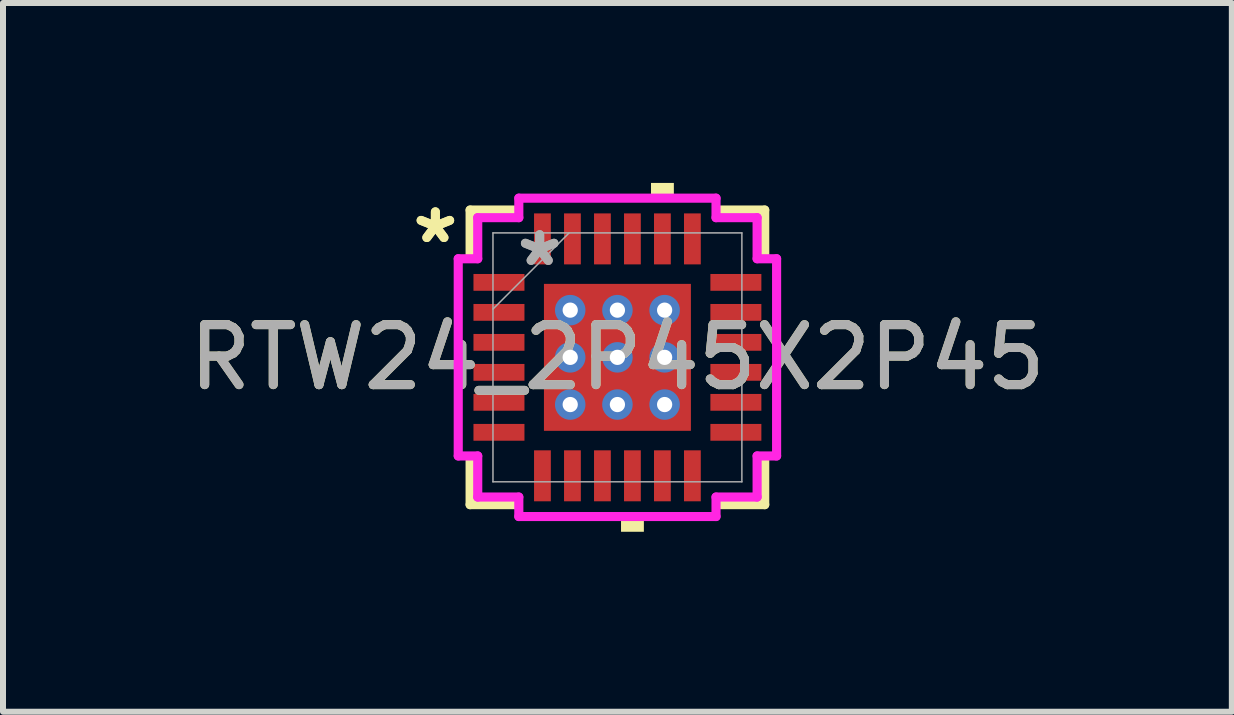
<source format=kicad_pcb>
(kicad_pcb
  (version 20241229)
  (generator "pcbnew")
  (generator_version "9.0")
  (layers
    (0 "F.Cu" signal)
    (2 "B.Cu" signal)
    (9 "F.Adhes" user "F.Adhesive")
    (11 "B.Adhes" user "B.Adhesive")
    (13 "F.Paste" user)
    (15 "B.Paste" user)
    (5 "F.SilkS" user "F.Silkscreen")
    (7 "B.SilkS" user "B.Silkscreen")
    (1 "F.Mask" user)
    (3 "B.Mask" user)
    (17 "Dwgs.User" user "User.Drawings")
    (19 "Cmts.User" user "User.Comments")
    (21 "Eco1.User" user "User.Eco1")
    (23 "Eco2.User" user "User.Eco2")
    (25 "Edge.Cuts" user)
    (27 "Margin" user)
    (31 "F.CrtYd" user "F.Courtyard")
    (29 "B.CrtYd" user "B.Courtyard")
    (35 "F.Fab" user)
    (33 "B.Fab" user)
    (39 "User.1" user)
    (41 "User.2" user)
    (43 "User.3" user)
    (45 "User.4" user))
  (footprint "RTW24_2P45X2P45"
    (layer "F.Cu")
    (at 7.244 2.908)
    (property "Reference" "RTW24_2P45X2P45" (at 0 0 0) (unlocked yes) (layer "F.SilkS") (effects (font (size 1 1) (thickness 0.15))))
    (attr smd)
    (fp_poly (pts (xy -1.288 -1.288) (xy -0.987 -1.288) (xy -0.987 1.288) (xy -1.288 1.288)) (stroke (width 0) (type solid)) (fill yes) (layer "F.Mask"))
    (fp_poly (pts (xy -1.288 -1.288) (xy 1.288 -1.288) (xy 1.288 -0.987) (xy -1.288 -0.987)) (stroke (width 0) (type solid)) (fill yes) (layer "F.Mask"))
    (fp_poly (pts (xy -1.288 -0.587) (xy 1.288 -0.587) (xy 1.288 -0.2) (xy -1.288 -0.2)) (stroke (width 0) (type solid)) (fill yes) (layer "F.Mask"))
    (fp_poly (pts (xy -1.288 0.2) (xy 1.288 0.2) (xy 1.288 0.587) (xy -1.288 0.587)) (stroke (width 0) (type solid)) (fill yes) (layer "F.Mask"))
    (fp_poly (pts (xy -1.288 0.987) (xy 1.288 0.987) (xy 1.288 1.288) (xy -1.288 1.288)) (stroke (width 0) (type solid)) (fill yes) (layer "F.Mask"))
    (fp_poly (pts (xy -0.2 -1.288) (xy -0.587 -1.288) (xy -0.587 1.288) (xy -0.2 1.288)) (stroke (width 0) (type solid)) (fill yes) (layer "F.Mask"))
    (fp_poly (pts (xy 0.587 -1.288) (xy 0.2 -1.288) (xy 0.2 1.288) (xy 0.587 1.288)) (stroke (width 0) (type solid)) (fill yes) (layer "F.Mask"))
    (fp_poly (pts (xy 0.987 -1.288) (xy 1.288 -1.288) (xy 1.288 1.288) (xy 0.987 1.288)) (stroke (width 0) (type solid)) (fill yes) (layer "F.Mask"))
    (fp_line (start -2.456 -2.456) (end -2.456 -1.718) (stroke (width 0.152) (type solid)) (layer "F.SilkS"))
    (fp_line (start -2.456 1.718) (end -2.456 2.456) (stroke (width 0.152) (type solid)) (layer "F.SilkS"))
    (fp_line (start -2.456 2.456) (end -1.718 2.456) (stroke (width 0.152) (type solid)) (layer "F.SilkS"))
    (fp_line (start -1.718 -2.456) (end -2.456 -2.456) (stroke (width 0.152) (type solid)) (layer "F.SilkS"))
    (fp_line (start 1.718 2.456) (end 2.456 2.456) (stroke (width 0.152) (type solid)) (layer "F.SilkS"))
    (fp_line (start 2.456 -2.456) (end 1.718 -2.456) (stroke (width 0.152) (type solid)) (layer "F.SilkS"))
    (fp_line (start 2.456 -1.718) (end 2.456 -2.456) (stroke (width 0.152) (type solid)) (layer "F.SilkS"))
    (fp_line (start 2.456 2.456) (end 2.456 1.718) (stroke (width 0.152) (type solid)) (layer "F.SilkS"))
    (fp_poly (pts (xy 0.06 2.654) (xy 0.06 2.908) (xy 0.441 2.908) (xy 0.441 2.654)) (stroke (width 0) (type solid)) (fill yes) (layer "F.SilkS"))
    (fp_poly (pts (xy 0.56 -2.654) (xy 0.56 -2.908) (xy 0.941 -2.908) (xy 0.941 -2.654)) (stroke (width 0) (type solid)) (fill yes) (layer "F.SilkS"))
    (fp_poly (pts (xy -1.15 -1.15) (xy -1.15 -0.887) (xy -1.029 -0.887) (xy -0.887 -1.029) (xy -0.887 -1.15)) (stroke (width 0) (type solid)) (fill yes) (layer "F.Paste"))
    (fp_poly (pts (xy -1.15 0.887) (xy -1.15 1.15) (xy -0.887 1.15) (xy -0.887 1.029) (xy -1.029 0.887)) (stroke (width 0) (type solid)) (fill yes) (layer "F.Paste"))
    (fp_poly (pts (xy 0.887 -1.15) (xy 0.887 -1.029) (xy 1.029 -0.887) (xy 1.15 -0.887) (xy 1.15 -1.15)) (stroke (width 0) (type solid)) (fill yes) (layer "F.Paste"))
    (fp_poly (pts (xy 1.029 0.887) (xy 0.887 1.029) (xy 0.887 1.15) (xy 1.15 1.15) (xy 1.15 0.887)) (stroke (width 0) (type solid)) (fill yes) (layer "F.Paste"))
    (fp_poly (pts (xy -1.15 -0.687) (xy -1.15 -0.1) (xy -1.029 -0.1) (xy -0.887 -0.241) (xy -0.887 -0.546) (xy -1.029 -0.687)) (stroke (width 0) (type solid)) (fill yes) (layer "F.Paste"))
    (fp_poly (pts (xy -1.15 0.1) (xy -1.15 0.687) (xy -1.029 0.687) (xy -0.887 0.546) (xy -0.887 0.241) (xy -1.029 0.1)) (stroke (width 0) (type solid)) (fill yes) (layer "F.Paste"))
    (fp_poly (pts (xy -0.687 -1.15) (xy -0.687 -1.029) (xy -0.546 -0.887) (xy -0.241 -0.887) (xy -0.1 -1.029) (xy -0.1 -1.15)) (stroke (width 0) (type solid)) (fill yes) (layer "F.Paste"))
    (fp_poly (pts (xy -0.546 0.887) (xy -0.687 1.029) (xy -0.687 1.15) (xy -0.1 1.15) (xy -0.1 1.029) (xy -0.241 0.887)) (stroke (width 0) (type solid)) (fill yes) (layer "F.Paste"))
    (fp_poly (pts (xy 0.1 -1.15) (xy 0.1 -1.029) (xy 0.241 -0.887) (xy 0.546 -0.887) (xy 0.687 -1.029) (xy 0.687 -1.15)) (stroke (width 0) (type solid)) (fill yes) (layer "F.Paste"))
    (fp_poly (pts (xy 0.241 0.887) (xy 0.1 1.029) (xy 0.1 1.15) (xy 0.687 1.15) (xy 0.687 1.029) (xy 0.546 0.887)) (stroke (width 0) (type solid)) (fill yes) (layer "F.Paste"))
    (fp_poly (pts (xy 1.029 -0.687) (xy 0.887 -0.546) (xy 0.887 -0.241) (xy 1.029 -0.1) (xy 1.15 -0.1) (xy 1.15 -0.687)) (stroke (width 0) (type solid)) (fill yes) (layer "F.Paste"))
    (fp_poly (pts (xy 1.029 0.1) (xy 0.887 0.241) (xy 0.887 0.546) (xy 1.029 0.687) (xy 1.15 0.687) (xy 1.15 0.1)) (stroke (width 0) (type solid)) (fill yes) (layer "F.Paste"))
    (fp_poly (pts (xy -0.546 -0.687) (xy -0.687 -0.546) (xy -0.687 -0.241) (xy -0.546 -0.1) (xy -0.241 -0.1) (xy -0.1 -0.241) (xy -0.1 -0.546) (xy -0.241 -0.687)) (stroke (width 0) (type solid)) (fill yes) (layer "F.Paste"))
    (fp_poly (pts (xy -0.546 0.1) (xy -0.687 0.241) (xy -0.687 0.546) (xy -0.546 0.687) (xy -0.241 0.687) (xy -0.1 0.546) (xy -0.1 0.241) (xy -0.241 0.1)) (stroke (width 0) (type solid)) (fill yes) (layer "F.Paste"))
    (fp_poly (pts (xy 0.241 -0.687) (xy 0.1 -0.546) (xy 0.1 -0.241) (xy 0.241 -0.1) (xy 0.546 -0.1) (xy 0.687 -0.241) (xy 0.687 -0.546) (xy 0.546 -0.687)) (stroke (width 0) (type solid)) (fill yes) (layer "F.Paste"))
    (fp_poly (pts (xy 0.241 0.1) (xy 0.1 0.241) (xy 0.1 0.546) (xy 0.241 0.687) (xy 0.546 0.687) (xy 0.687 0.546) (xy 0.687 0.241) (xy 0.546 0.1)) (stroke (width 0) (type solid)) (fill yes) (layer "F.Paste"))
    (fp_line (start -2.654 -1.644) (end -2.329 -1.644) (stroke (width 0.152) (type solid)) (layer "F.CrtYd"))
    (fp_line (start -2.654 1.644) (end -2.654 -1.644) (stroke (width 0.152) (type solid)) (layer "F.CrtYd"))
    (fp_line (start -2.329 -2.329) (end -1.644 -2.329) (stroke (width 0.152) (type solid)) (layer "F.CrtYd"))
    (fp_line (start -2.329 -1.644) (end -2.329 -2.329) (stroke (width 0.152) (type solid)) (layer "F.CrtYd"))
    (fp_line (start -2.329 1.644) (end -2.654 1.644) (stroke (width 0.152) (type solid)) (layer "F.CrtYd"))
    (fp_line (start -2.329 2.329) (end -2.329 1.644) (stroke (width 0.152) (type solid)) (layer "F.CrtYd"))
    (fp_line (start -1.644 -2.654) (end 1.644 -2.654) (stroke (width 0.152) (type solid)) (layer "F.CrtYd"))
    (fp_line (start -1.644 -2.329) (end -1.644 -2.654) (stroke (width 0.152) (type solid)) (layer "F.CrtYd"))
    (fp_line (start -1.644 2.329) (end -2.329 2.329) (stroke (width 0.152) (type solid)) (layer "F.CrtYd"))
    (fp_line (start -1.644 2.654) (end -1.644 2.329) (stroke (width 0.152) (type solid)) (layer "F.CrtYd"))
    (fp_line (start 1.644 -2.654) (end 1.644 -2.329) (stroke (width 0.152) (type solid)) (layer "F.CrtYd"))
    (fp_line (start 1.644 -2.329) (end 2.329 -2.329) (stroke (width 0.152) (type solid)) (layer "F.CrtYd"))
    (fp_line (start 1.644 2.329) (end 1.644 2.654) (stroke (width 0.152) (type solid)) (layer "F.CrtYd"))
    (fp_line (start 1.644 2.654) (end -1.644 2.654) (stroke (width 0.152) (type solid)) (layer "F.CrtYd"))
    (fp_line (start 2.329 -2.329) (end 2.329 -1.644) (stroke (width 0.152) (type solid)) (layer "F.CrtYd"))
    (fp_line (start 2.329 -1.644) (end 2.654 -1.644) (stroke (width 0.152) (type solid)) (layer "F.CrtYd"))
    (fp_line (start 2.329 1.644) (end 2.329 2.329) (stroke (width 0.152) (type solid)) (layer "F.CrtYd"))
    (fp_line (start 2.329 2.329) (end 1.644 2.329) (stroke (width 0.152) (type solid)) (layer "F.CrtYd"))
    (fp_line (start 2.654 -1.644) (end 2.654 1.644) (stroke (width 0.152) (type solid)) (layer "F.CrtYd"))
    (fp_line (start 2.654 1.644) (end 2.329 1.644) (stroke (width 0.152) (type solid)) (layer "F.CrtYd"))
    (fp_line (start -2.075 -2.075) (end -2.075 2.075) (stroke (width 0.025) (type solid)) (layer "F.Fab"))
    (fp_line (start -2.075 -0.805) (end -0.805 -2.075) (stroke (width 0.025) (type solid)) (layer "F.Fab"))
    (fp_line (start -2.075 2.075) (end 2.075 2.075) (stroke (width 0.025) (type solid)) (layer "F.Fab"))
    (fp_line (start 2.075 -2.075) (end -2.075 -2.075) (stroke (width 0.025) (type solid)) (layer "F.Fab"))
    (fp_line (start 2.075 2.075) (end 2.075 -2.075) (stroke (width 0.025) (type solid)) (layer "F.Fab"))
    (fp_text user "*" (at -3.035 -1.881 0) (unlocked yes) (layer "F.SilkS") (effects (font (size 1 1) (thickness 0.15))))
    (fp_text user "*" (at -3.035 -1.881 0) (layer "F.SilkS") (effects (font (size 1 1) (thickness 0.15))))
    (fp_text user "${REFERENCE}" (at 0 0 0) (unlocked yes) (layer "F.Fab") (effects (font (size 1 1) (thickness 0.15))))
    (fp_text user "*" (at -1.296 -1.5 0) (layer "F.Fab") (effects (font (size 1 1) (thickness 0.15))))
    (fp_text user "*" (at -1.296 -1.5 0) (unlocked yes) (layer "F.Fab") (effects (font (size 1 1) (thickness 0.15))))
    (pad "1" smd rect (at -1.975 -1.25 90) (size 0.28 0.85) (layers "F.Cu" "F.Mask" "F.Paste"))
    (pad "2" smd rect (at -1.975 -0.75 90) (size 0.28 0.85) (layers "F.Cu" "F.Mask" "F.Paste"))
    (pad "3" smd rect (at -1.975 -0.25 90) (size 0.28 0.85) (layers "F.Cu" "F.Mask" "F.Paste"))
    (pad "4" smd rect (at -1.975 0.25 90) (size 0.28 0.85) (layers "F.Cu" "F.Mask" "F.Paste"))
    (pad "5" smd rect (at -1.975 0.75 90) (size 0.28 0.85) (layers "F.Cu" "F.Mask" "F.Paste"))
    (pad "6" smd rect (at -1.975 1.25 90) (size 0.28 0.85) (layers "F.Cu" "F.Mask" "F.Paste"))
    (pad "7" smd rect (at -1.25 1.975) (size 0.28 0.85) (layers "F.Cu" "F.Mask" "F.Paste"))
    (pad "8" smd rect (at -0.75 1.975) (size 0.28 0.85) (layers "F.Cu" "F.Mask" "F.Paste"))
    (pad "9" smd rect (at -0.25 1.975) (size 0.28 0.85) (layers "F.Cu" "F.Mask" "F.Paste"))
    (pad "10" smd rect (at 0.25 1.975) (size 0.28 0.85) (layers "F.Cu" "F.Mask" "F.Paste"))
    (pad "11" smd rect (at 0.75 1.975) (size 0.28 0.85) (layers "F.Cu" "F.Mask" "F.Paste"))
    (pad "12" smd rect (at 1.25 1.975) (size 0.28 0.85) (layers "F.Cu" "F.Mask" "F.Paste"))
    (pad "13" smd rect (at 1.975 1.25 90) (size 0.28 0.85) (layers "F.Cu" "F.Mask" "F.Paste"))
    (pad "14" smd rect (at 1.975 0.75 90) (size 0.28 0.85) (layers "F.Cu" "F.Mask" "F.Paste"))
    (pad "15" smd rect (at 1.975 0.25 90) (size 0.28 0.85) (layers "F.Cu" "F.Mask" "F.Paste"))
    (pad "16" smd rect (at 1.975 -0.25 90) (size 0.28 0.85) (layers "F.Cu" "F.Mask" "F.Paste"))
    (pad "17" smd rect (at 1.975 -0.75 90) (size 0.28 0.85) (layers "F.Cu" "F.Mask" "F.Paste"))
    (pad "18" smd rect (at 1.975 -1.25 90) (size 0.28 0.85) (layers "F.Cu" "F.Mask" "F.Paste"))
    (pad "19" smd rect (at 1.25 -1.975) (size 0.28 0.85) (layers "F.Cu" "F.Mask" "F.Paste"))
    (pad "20" smd rect (at 0.75 -1.975) (size 0.28 0.85) (layers "F.Cu" "F.Mask" "F.Paste"))
    (pad "21" smd rect (at 0.25 -1.975) (size 0.28 0.85) (layers "F.Cu" "F.Mask" "F.Paste"))
    (pad "22" smd rect (at -0.25 -1.975) (size 0.28 0.85) (layers "F.Cu" "F.Mask" "F.Paste"))
    (pad "23" smd rect (at -0.75 -1.975) (size 0.28 0.85) (layers "F.Cu" "F.Mask" "F.Paste"))
    (pad "24" smd rect (at -1.25 -1.975) (size 0.28 0.85) (layers "F.Cu" "F.Mask" "F.Paste"))
    (pad "25" smd rect (at 0 0) (size 2.45 2.45) (layers "F.Cu"))
    (pad "V" thru_hole circle (at -0.787 -0.787) (size 0.508 0.508) (drill 0.254) (layers "*.Cu" "*.Mask"))
    (pad "V" thru_hole circle (at -0.787 0) (size 0.508 0.508) (drill 0.254) (layers "*.Cu" "*.Mask"))
    (pad "V" thru_hole circle (at -0.787 0.787) (size 0.508 0.508) (drill 0.254) (layers "*.Cu" "*.Mask"))
    (pad "V" thru_hole circle (at 0 -0.787) (size 0.508 0.508) (drill 0.254) (layers "*.Cu" "*.Mask"))
    (pad "V" thru_hole circle (at 0 0) (size 0.508 0.508) (drill 0.254) (layers "*.Cu" "*.Mask"))
    (pad "V" thru_hole circle (at 0 0.787) (size 0.508 0.508) (drill 0.254) (layers "*.Cu" "*.Mask"))
    (pad "V" thru_hole circle (at 0.787 -0.787) (size 0.508 0.508) (drill 0.254) (layers "*.Cu" "*.Mask"))
    (pad "V" thru_hole circle (at 0.787 0) (size 0.508 0.508) (drill 0.254) (layers "*.Cu" "*.Mask"))
    (pad "V" thru_hole circle (at 0.787 0.787) (size 0.508 0.508) (drill 0.254) (layers "*.Cu" "*.Mask")))
  (gr_rect
    (start -3 -3)
    (end 17.488 8.816)
    (stroke (width 0.1) (type default))
    (fill no)
    (layer "Edge.Cuts")))
</source>
